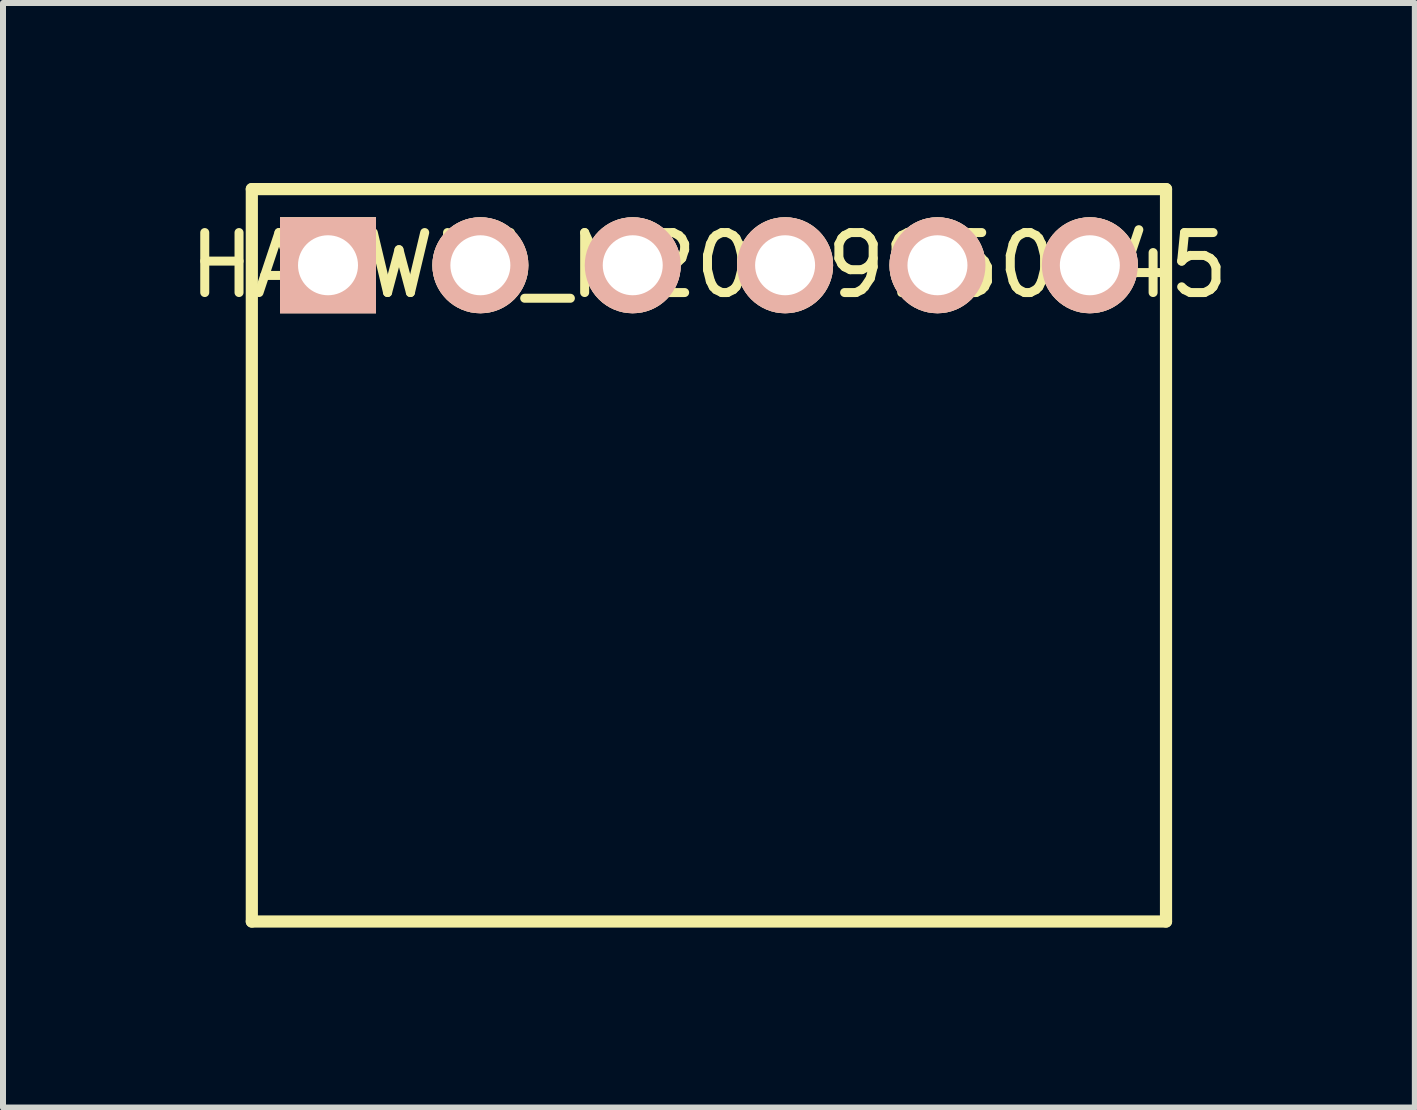
<source format=kicad_pcb>
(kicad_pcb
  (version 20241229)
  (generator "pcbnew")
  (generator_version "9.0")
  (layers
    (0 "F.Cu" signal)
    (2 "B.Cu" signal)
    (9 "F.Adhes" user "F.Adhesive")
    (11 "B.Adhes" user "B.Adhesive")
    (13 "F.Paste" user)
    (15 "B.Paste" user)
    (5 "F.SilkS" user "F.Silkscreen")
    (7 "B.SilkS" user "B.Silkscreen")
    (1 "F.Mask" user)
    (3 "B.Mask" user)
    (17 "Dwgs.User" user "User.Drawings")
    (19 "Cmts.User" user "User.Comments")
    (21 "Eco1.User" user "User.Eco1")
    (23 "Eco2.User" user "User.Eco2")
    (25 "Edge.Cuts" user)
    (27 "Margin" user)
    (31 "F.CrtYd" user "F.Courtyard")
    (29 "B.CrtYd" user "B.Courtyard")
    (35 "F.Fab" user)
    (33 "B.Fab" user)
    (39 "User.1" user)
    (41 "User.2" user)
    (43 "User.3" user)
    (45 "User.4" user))
  (footprint "HARWIN_M20-9960645"
    (layer "F.Cu")
    (at 8.768 1.372)
    (property "Reference" "HARWIN_M20-9960645" (at 0 0 0) (layer "F.SilkS") (effects (font (size 1 1) (thickness 0.15))))
    (attr through_hole)
    (fp_line (start -7.62 -1.27) (end -7.62 10.94) (stroke (width 0.203) (type solid)) (layer "F.SilkS"))
    (fp_line (start -7.62 -1.27) (end 7.62 -1.27) (stroke (width 0.203) (type solid)) (layer "F.SilkS"))
    (fp_line (start -7.62 10.94) (end 7.62 10.94) (stroke (width 0.203) (type solid)) (layer "F.SilkS"))
    (fp_line (start 7.62 10.94) (end 7.62 -1.27) (stroke (width 0.203) (type solid)) (layer "F.SilkS"))
    (pad "1" thru_hole rect (at -6.35 0) (size 1.6 1.6) (drill 1) (layers "*.Cu" "*.SilkS" "*.Mask"))
    (pad "2" thru_hole circle (at -3.81 0) (size 1.6 1.6) (drill 1) (layers "*.Cu" "*.SilkS" "*.Mask"))
    (pad "3" thru_hole circle (at -1.27 0) (size 1.6 1.6) (drill 1) (layers "*.Cu" "*.SilkS" "*.Mask"))
    (pad "4" thru_hole circle (at 1.27 0) (size 1.6 1.6) (drill 1) (layers "*.Cu" "*.SilkS" "*.Mask"))
    (pad "5" thru_hole circle (at 3.81 0) (size 1.6 1.6) (drill 1) (layers "*.Cu" "*.SilkS" "*.Mask"))
    (pad "6" thru_hole circle (at 6.35 0) (size 1.6 1.6) (drill 1) (layers "*.Cu" "*.SilkS" "*.Mask")))
  (gr_rect
    (start -3 -3)
    (end 20.536 15.413)
    (stroke (width 0.1) (type default))
    (fill no)
    (layer "Edge.Cuts")))
</source>
